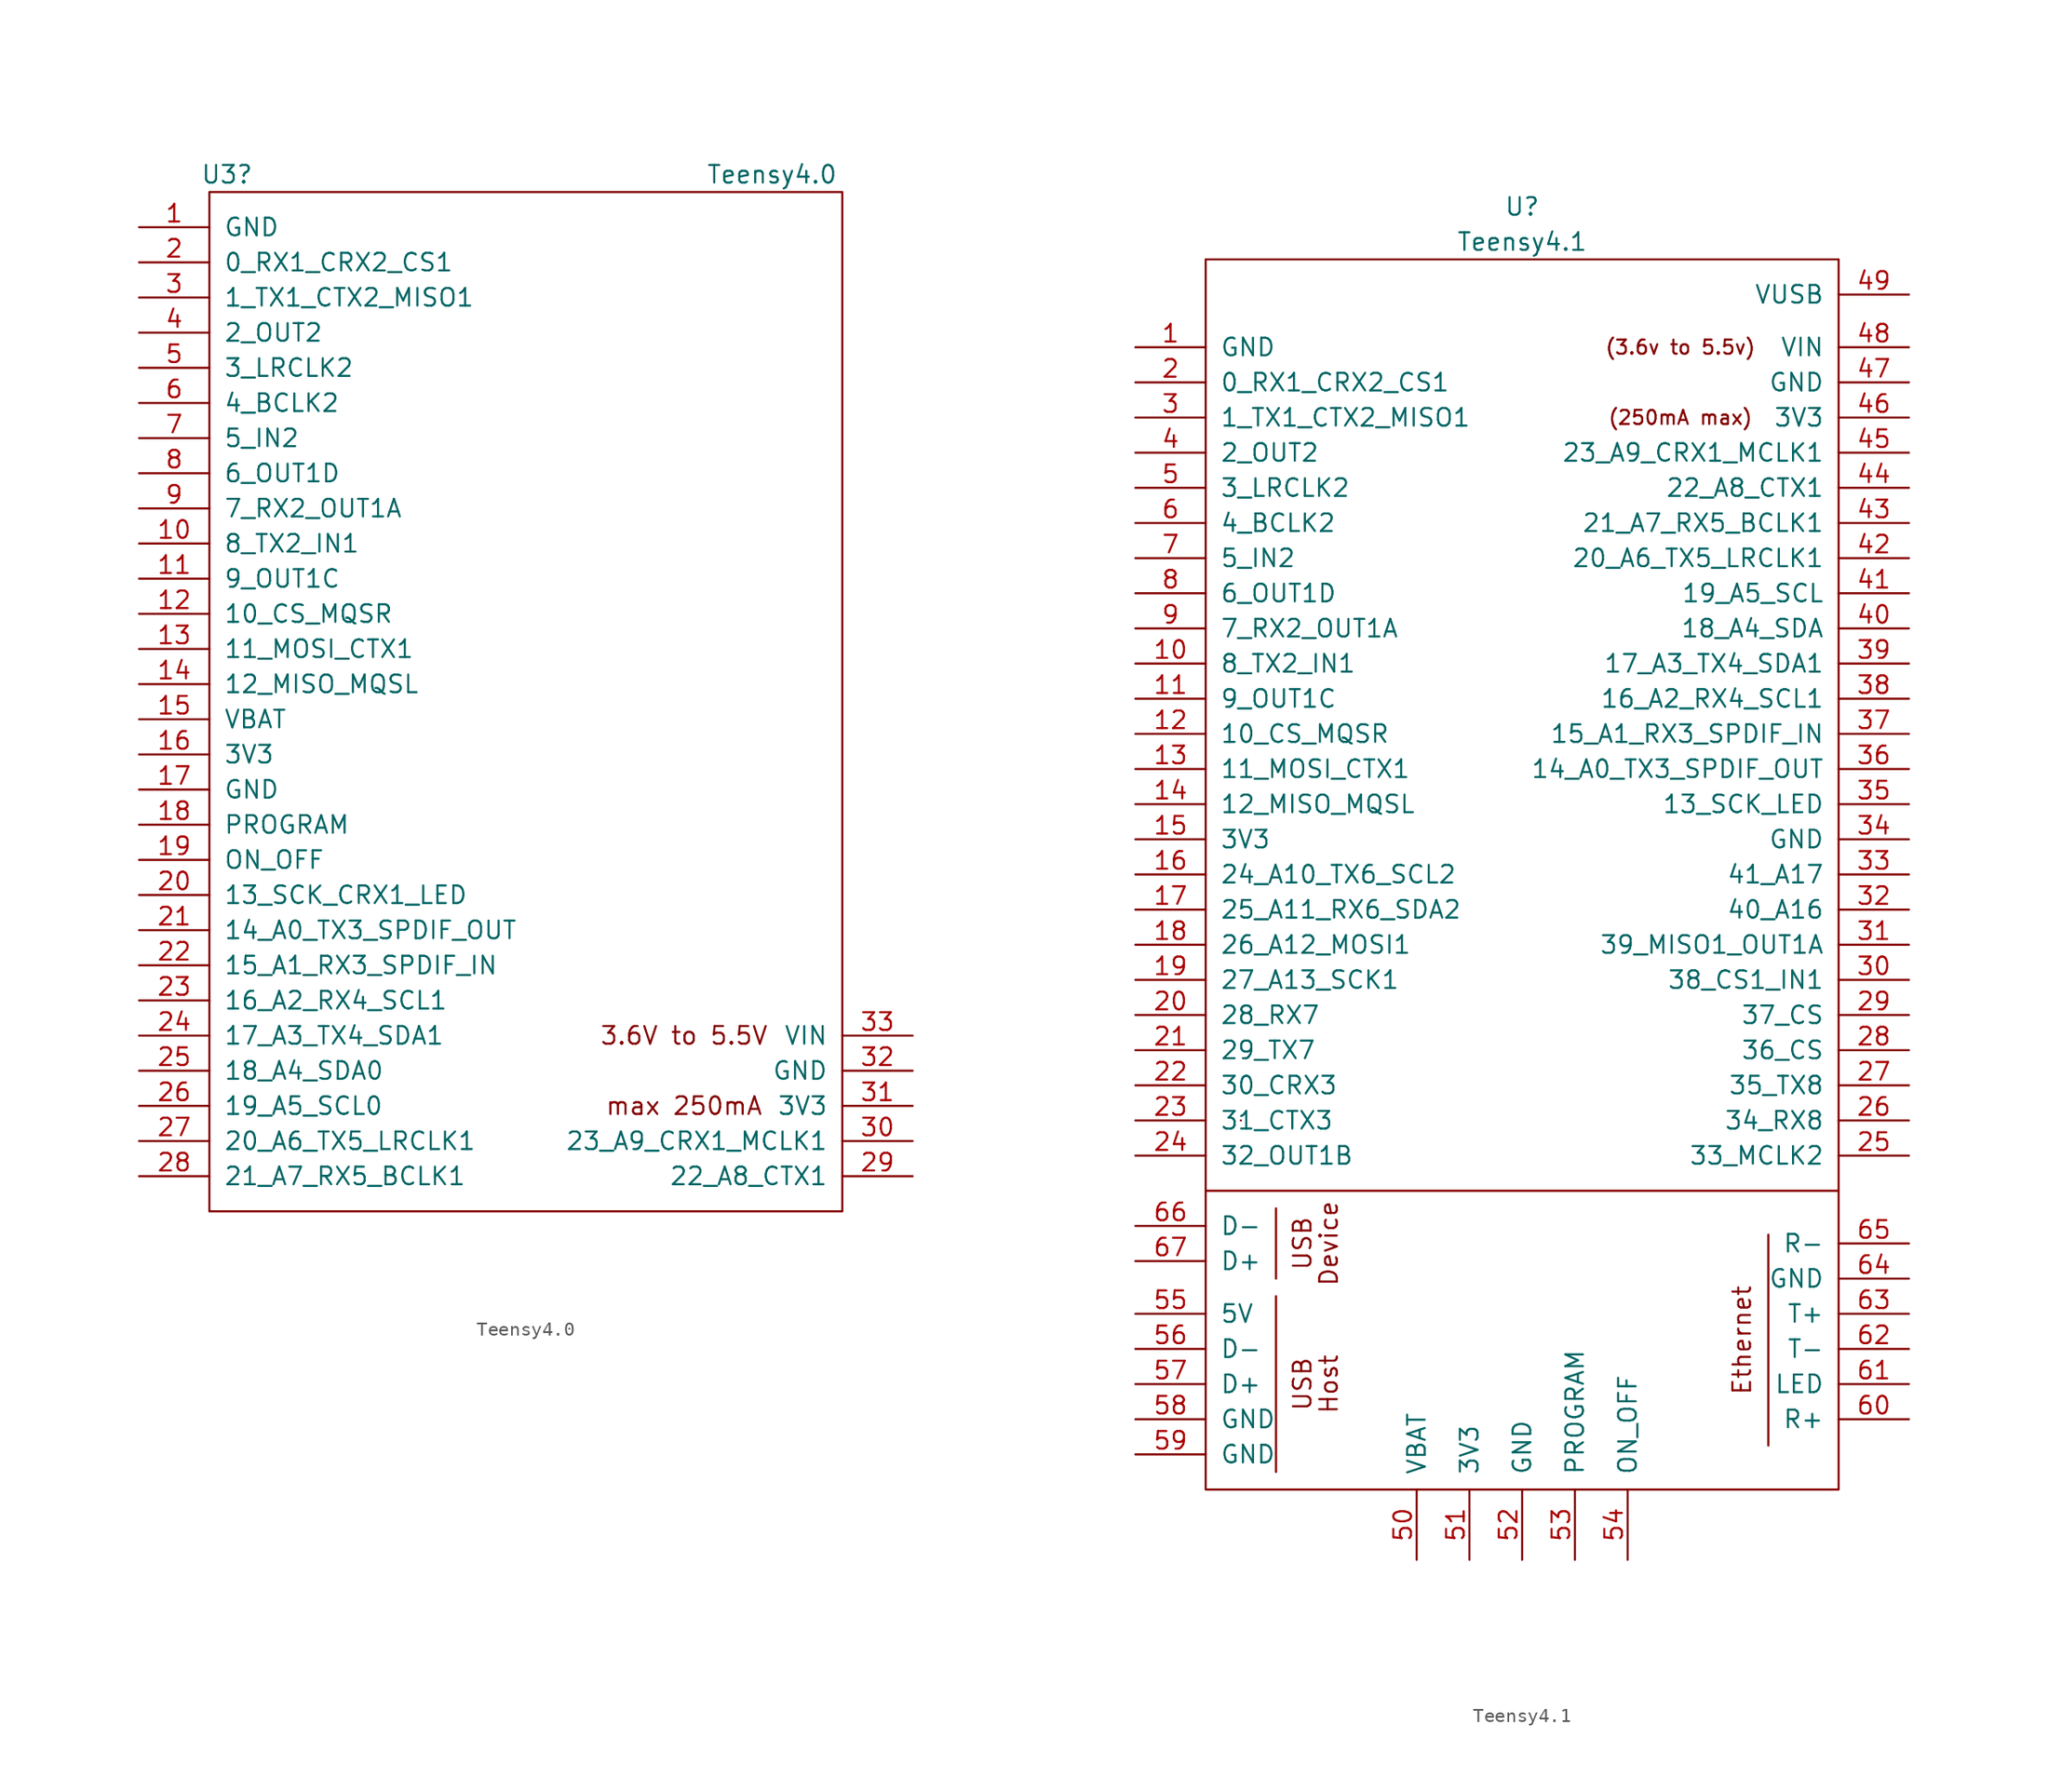
<source format=kicad_sym>
(kicad_symbol_lib
  (version 20211014)
  (generator kicad_symbol_editor)
  (symbol "Teensy4.0"
    (pin_names
      (offset 1.016))
    (property "Reference" "U3"
      (at -21.59 38.1 0)
      (effects (font (size 1.27 1.27))))
    (property "Value" "Teensy4.0"
      (at 17.78 38.1 0)
      (effects (font (size 1.27 1.27))))
    (symbol "Teensy4.0_0_0"
      (text "3.6V to 5.5V" (at 11.43 -24.13 0) (effects (font (size 1.27 1.27))))
      (text "max 250mA" (at 11.43 -29.21 0) (effects (font (size 1.27 1.27))))
      (pin bidirectional line (at -27.94 11.43 0) (length 5.08) (name "8_TX2_IN1" (effects (font (size 1.27 1.27)))) (number "10" (effects (font (size 1.27 1.27)))))
      (pin bidirectional line (at -27.94 8.89 0) (length 5.08) (name "9_OUT1C" (effects (font (size 1.27 1.27)))) (number "11" (effects (font (size 1.27 1.27)))))
      (pin bidirectional line (at -27.94 6.35 0) (length 5.08) (name "10_CS_MQSR" (effects (font (size 1.27 1.27)))) (number "12" (effects (font (size 1.27 1.27)))))
      (pin bidirectional line (at -27.94 3.81 0) (length 5.08) (name "11_MOSI_CTX1" (effects (font (size 1.27 1.27)))) (number "13" (effects (font (size 1.27 1.27)))))
      (pin bidirectional line (at -27.94 1.27 0) (length 5.08) (name "12_MISO_MQSL" (effects (font (size 1.27 1.27)))) (number "14" (effects (font (size 1.27 1.27)))))
      (pin power_in line (at -27.94 -1.27 0) (length 5.08) (name "VBAT" (effects (font (size 1.27 1.27)))) (number "15" (effects (font (size 1.27 1.27)))))
      (pin power_in line (at -27.94 -3.81 0) (length 5.08) (name "3V3" (effects (font (size 1.27 1.27)))) (number "16" (effects (font (size 1.27 1.27)))))
      (pin power_in line (at -27.94 -6.35 0) (length 5.08) (name "GND" (effects (font (size 1.27 1.27)))) (number "17" (effects (font (size 1.27 1.27)))))
      (pin input line (at -27.94 -8.89 0) (length 5.08) (name "PROGRAM" (effects (font (size 1.27 1.27)))) (number "18" (effects (font (size 1.27 1.27)))))
      (pin input line (at -27.94 -11.43 0) (length 5.08) (name "ON_OFF" (effects (font (size 1.27 1.27)))) (number "19" (effects (font (size 1.27 1.27)))))
      (pin bidirectional line (at -27.94 -13.97 0) (length 5.08) (name "13_SCK_CRX1_LED" (effects (font (size 1.27 1.27)))) (number "20" (effects (font (size 1.27 1.27)))))
      (pin bidirectional line (at -27.94 -16.51 0) (length 5.08) (name "14_A0_TX3_SPDIF_OUT" (effects (font (size 1.27 1.27)))) (number "21" (effects (font (size 1.27 1.27)))))
      (pin bidirectional line (at -27.94 -19.05 0) (length 5.08) (name "15_A1_RX3_SPDIF_IN" (effects (font (size 1.27 1.27)))) (number "22" (effects (font (size 1.27 1.27)))))
      (pin bidirectional line (at -27.94 -21.59 0) (length 5.08) (name "16_A2_RX4_SCL1" (effects (font (size 1.27 1.27)))) (number "23" (effects (font (size 1.27 1.27)))))
      (pin bidirectional line (at -27.94 -24.13 0) (length 5.08) (name "17_A3_TX4_SDA1" (effects (font (size 1.27 1.27)))) (number "24" (effects (font (size 1.27 1.27)))))
      (pin bidirectional line (at -27.94 -26.67 0) (length 5.08) (name "18_A4_SDA0" (effects (font (size 1.27 1.27)))) (number "25" (effects (font (size 1.27 1.27)))))
      (pin bidirectional line (at -27.94 -29.21 0) (length 5.08) (name "19_A5_SCL0" (effects (font (size 1.27 1.27)))) (number "26" (effects (font (size 1.27 1.27)))))
      (pin bidirectional line (at -27.94 -31.75 0) (length 5.08) (name "20_A6_TX5_LRCLK1" (effects (font (size 1.27 1.27)))) (number "27" (effects (font (size 1.27 1.27)))))
      (pin bidirectional line (at -27.94 -34.29 0) (length 5.08) (name "21_A7_RX5_BCLK1" (effects (font (size 1.27 1.27)))) (number "28" (effects (font (size 1.27 1.27)))))
      (pin bidirectional line (at 27.94 -34.29 180) (length 5.08) (name "22_A8_CTX1" (effects (font (size 1.27 1.27)))) (number "29" (effects (font (size 1.27 1.27)))))
      (pin bidirectional line (at 27.94 -31.75 180) (length 5.08) (name "23_A9_CRX1_MCLK1" (effects (font (size 1.27 1.27)))) (number "30" (effects (font (size 1.27 1.27)))))
      (pin power_out line (at 27.94 -29.21 180) (length 5.08) (name "3V3" (effects (font (size 1.27 1.27)))) (number "31" (effects (font (size 1.27 1.27)))))
      (pin power_in line (at 27.94 -26.67 180) (length 5.08) (name "GND" (effects (font (size 1.27 1.27)))) (number "32" (effects (font (size 1.27 1.27)))))
      (pin power_in line (at 27.94 -24.13 180) (length 5.08) (name "VIN" (effects (font (size 1.27 1.27)))) (number "33" (effects (font (size 1.27 1.27)))))
      (pin bidirectional line (at -27.94 24.13 0) (length 5.08) (name "3_LRCLK2" (effects (font (size 1.27 1.27)))) (number "5" (effects (font (size 1.27 1.27)))))
      (pin bidirectional line (at -27.94 21.59 0) (length 5.08) (name "4_BCLK2" (effects (font (size 1.27 1.27)))) (number "6" (effects (font (size 1.27 1.27)))))
      (pin bidirectional line (at -27.94 19.05 0) (length 5.08) (name "5_IN2" (effects (font (size 1.27 1.27)))) (number "7" (effects (font (size 1.27 1.27)))))
      (pin bidirectional line (at -27.94 16.51 0) (length 5.08) (name "6_OUT1D" (effects (font (size 1.27 1.27)))) (number "8" (effects (font (size 1.27 1.27)))))
      (pin bidirectional line (at -27.94 13.97 0) (length 5.08) (name "7_RX2_OUT1A" (effects (font (size 1.27 1.27)))) (number "9" (effects (font (size 1.27 1.27))))))
    (symbol "Teensy4.0_0_1"
      (rectangle (start -22.86 36.83) (end 22.86 -36.83) (stroke (width 0) (type default) (color 0 0 0 0)) (fill (type none)))
      (rectangle (start -20.32 -31.75) (end -20.32 -31.75) (stroke (width 0) (type default) (color 0 0 0 0)) (fill (type none))))
    (symbol "Teensy4.0_1_1"
      (pin power_in line (at -27.94 34.29 0) (length 5.08) (name "GND" (effects (font (size 1.27 1.27)))) (number "1" (effects (font (size 1.27 1.27)))))
      (pin bidirectional line (at -27.94 31.75 0) (length 5.08) (name "0_RX1_CRX2_CS1" (effects (font (size 1.27 1.27)))) (number "2" (effects (font (size 1.27 1.27)))))
      (pin bidirectional line (at -27.94 29.21 0) (length 5.08) (name "1_TX1_CTX2_MISO1" (effects (font (size 1.27 1.27)))) (number "3" (effects (font (size 1.27 1.27)))))
      (pin bidirectional line (at -27.94 26.67 0) (length 5.08) (name "2_OUT2" (effects (font (size 1.27 1.27)))) (number "4" (effects (font (size 1.27 1.27)))))))
  (symbol "Teensy4.1"
    (pin_names
      (offset 1.016))
    (property "Reference" "U"
      (at 0 64.77 0)
      (effects (font (size 1.27 1.27))))
    (property "Value" "Teensy4.1"
      (at 0 62.23 0)
      (effects (font (size 1.27 1.27))))
    (symbol "Teensy4.1_0_0"
      (polyline (pts (xy -22.86 -6.35) (xy 22.86 -6.35)) (stroke (width 0) (type default) (color 0 0 0 0)) (fill (type none)))
      (polyline (pts (xy -17.78 -26.67) (xy -17.78 -13.97)) (stroke (width 0) (type default) (color 0 0 0 0)) (fill (type none)))
      (polyline (pts (xy -17.78 -7.62) (xy -17.78 -12.7)) (stroke (width 0) (type default) (color 0 0 0 0)) (fill (type none)))
      (polyline (pts (xy 17.78 -9.525) (xy 17.78 -24.765)) (stroke (width 0) (type default) (color 0 0 0 0)) (fill (type none)))
      (text "(250mA max)" (at 11.43 49.53 0) (effects (font (size 1.016 1.016))))
      (text "(3.6v to 5.5v)" (at 11.43 54.61 0) (effects (font (size 1.016 1.016))))
      (text "Device" (at -13.97 -10.16 900) (effects (font (size 1.27 1.27))))
      (text "Ethernet" (at 15.875 -17.145 900) (effects (font (size 1.27 1.27))))
      (text "Host" (at -13.97 -20.32 900) (effects (font (size 1.27 1.27))))
      (text "USB" (at -15.875 -20.32 900) (effects (font (size 1.27 1.27))))
      (text "USB" (at -15.875 -10.16 900) (effects (font (size 1.27 1.27))))
      (pin bidirectional line (at -27.94 31.75 0) (length 5.08) (name "8_TX2_IN1" (effects (font (size 1.27 1.27)))) (number "10" (effects (font (size 1.27 1.27)))))
      (pin bidirectional line (at -27.94 29.21 0) (length 5.08) (name "9_OUT1C" (effects (font (size 1.27 1.27)))) (number "11" (effects (font (size 1.27 1.27)))))
      (pin bidirectional line (at -27.94 26.67 0) (length 5.08) (name "10_CS_MQSR" (effects (font (size 1.27 1.27)))) (number "12" (effects (font (size 1.27 1.27)))))
      (pin bidirectional line (at -27.94 24.13 0) (length 5.08) (name "11_MOSI_CTX1" (effects (font (size 1.27 1.27)))) (number "13" (effects (font (size 1.27 1.27)))))
      (pin bidirectional line (at -27.94 21.59 0) (length 5.08) (name "12_MISO_MQSL" (effects (font (size 1.27 1.27)))) (number "14" (effects (font (size 1.27 1.27)))))
      (pin power_in line (at -27.94 19.05 0) (length 5.08) (name "3V3" (effects (font (size 1.27 1.27)))) (number "15" (effects (font (size 1.27 1.27)))))
      (pin bidirectional line (at -27.94 16.51 0) (length 5.08) (name "24_A10_TX6_SCL2" (effects (font (size 1.27 1.27)))) (number "16" (effects (font (size 1.27 1.27)))))
      (pin bidirectional line (at -27.94 13.97 0) (length 5.08) (name "25_A11_RX6_SDA2" (effects (font (size 1.27 1.27)))) (number "17" (effects (font (size 1.27 1.27)))))
      (pin bidirectional line (at -27.94 11.43 0) (length 5.08) (name "26_A12_MOSI1" (effects (font (size 1.27 1.27)))) (number "18" (effects (font (size 1.27 1.27)))))
      (pin bidirectional line (at -27.94 8.89 0) (length 5.08) (name "27_A13_SCK1" (effects (font (size 1.27 1.27)))) (number "19" (effects (font (size 1.27 1.27)))))
      (pin bidirectional line (at -27.94 6.35 0) (length 5.08) (name "28_RX7" (effects (font (size 1.27 1.27)))) (number "20" (effects (font (size 1.27 1.27)))))
      (pin bidirectional line (at -27.94 3.81 0) (length 5.08) (name "29_TX7" (effects (font (size 1.27 1.27)))) (number "21" (effects (font (size 1.27 1.27)))))
      (pin bidirectional line (at -27.94 1.27 0) (length 5.08) (name "30_CRX3" (effects (font (size 1.27 1.27)))) (number "22" (effects (font (size 1.27 1.27)))))
      (pin bidirectional line (at -27.94 -1.27 0) (length 5.08) (name "31_CTX3" (effects (font (size 1.27 1.27)))) (number "23" (effects (font (size 1.27 1.27)))))
      (pin bidirectional line (at -27.94 -3.81 0) (length 5.08) (name "32_OUT1B" (effects (font (size 1.27 1.27)))) (number "24" (effects (font (size 1.27 1.27)))))
      (pin bidirectional line (at 27.94 -3.81 180) (length 5.08) (name "33_MCLK2" (effects (font (size 1.27 1.27)))) (number "25" (effects (font (size 1.27 1.27)))))
      (pin bidirectional line (at 27.94 -1.27 180) (length 5.08) (name "34_RX8" (effects (font (size 1.27 1.27)))) (number "26" (effects (font (size 1.27 1.27)))))
      (pin bidirectional line (at 27.94 1.27 180) (length 5.08) (name "35_TX8" (effects (font (size 1.27 1.27)))) (number "27" (effects (font (size 1.27 1.27)))))
      (pin bidirectional line (at 27.94 3.81 180) (length 5.08) (name "36_CS" (effects (font (size 1.27 1.27)))) (number "28" (effects (font (size 1.27 1.27)))))
      (pin bidirectional line (at 27.94 6.35 180) (length 5.08) (name "37_CS" (effects (font (size 1.27 1.27)))) (number "29" (effects (font (size 1.27 1.27)))))
      (pin bidirectional line (at 27.94 8.89 180) (length 5.08) (name "38_CS1_IN1" (effects (font (size 1.27 1.27)))) (number "30" (effects (font (size 1.27 1.27)))))
      (pin bidirectional line (at 27.94 11.43 180) (length 5.08) (name "39_MISO1_OUT1A" (effects (font (size 1.27 1.27)))) (number "31" (effects (font (size 1.27 1.27)))))
      (pin bidirectional line (at 27.94 13.97 180) (length 5.08) (name "40_A16" (effects (font (size 1.27 1.27)))) (number "32" (effects (font (size 1.27 1.27)))))
      (pin bidirectional line (at 27.94 16.51 180) (length 5.08) (name "41_A17" (effects (font (size 1.27 1.27)))) (number "33" (effects (font (size 1.27 1.27)))))
      (pin bidirectional line (at 27.94 21.59 180) (length 5.08) (name "13_SCK_LED" (effects (font (size 1.27 1.27)))) (number "35" (effects (font (size 1.27 1.27)))))
      (pin bidirectional line (at 27.94 24.13 180) (length 5.08) (name "14_A0_TX3_SPDIF_OUT" (effects (font (size 1.27 1.27)))) (number "36" (effects (font (size 1.27 1.27)))))
      (pin bidirectional line (at 27.94 26.67 180) (length 5.08) (name "15_A1_RX3_SPDIF_IN" (effects (font (size 1.27 1.27)))) (number "37" (effects (font (size 1.27 1.27)))))
      (pin bidirectional line (at 27.94 29.21 180) (length 5.08) (name "16_A2_RX4_SCL1" (effects (font (size 1.27 1.27)))) (number "38" (effects (font (size 1.27 1.27)))))
      (pin bidirectional line (at 27.94 31.75 180) (length 5.08) (name "17_A3_TX4_SDA1" (effects (font (size 1.27 1.27)))) (number "39" (effects (font (size 1.27 1.27)))))
      (pin bidirectional line (at 27.94 34.29 180) (length 5.08) (name "18_A4_SDA" (effects (font (size 1.27 1.27)))) (number "40" (effects (font (size 1.27 1.27)))))
      (pin bidirectional line (at 27.94 36.83 180) (length 5.08) (name "19_A5_SCL" (effects (font (size 1.27 1.27)))) (number "41" (effects (font (size 1.27 1.27)))))
      (pin bidirectional line (at 27.94 39.37 180) (length 5.08) (name "20_A6_TX5_LRCLK1" (effects (font (size 1.27 1.27)))) (number "42" (effects (font (size 1.27 1.27)))))
      (pin bidirectional line (at 27.94 41.91 180) (length 5.08) (name "21_A7_RX5_BCLK1" (effects (font (size 1.27 1.27)))) (number "43" (effects (font (size 1.27 1.27)))))
      (pin bidirectional line (at 27.94 44.45 180) (length 5.08) (name "22_A8_CTX1" (effects (font (size 1.27 1.27)))) (number "44" (effects (font (size 1.27 1.27)))))
      (pin bidirectional line (at 27.94 46.99 180) (length 5.08) (name "23_A9_CRX1_MCLK1" (effects (font (size 1.27 1.27)))) (number "45" (effects (font (size 1.27 1.27)))))
      (pin power_in line (at 27.94 49.53 180) (length 5.08) (name "3V3" (effects (font (size 1.27 1.27)))) (number "46" (effects (font (size 1.27 1.27)))))
      (pin power_in line (at 27.94 52.07 180) (length 5.08) (name "GND" (effects (font (size 1.27 1.27)))) (number "47" (effects (font (size 1.27 1.27)))))
      (pin power_in line (at 27.94 54.61 180) (length 5.08) (name "VIN" (effects (font (size 1.27 1.27)))) (number "48" (effects (font (size 1.27 1.27)))))
      (pin power_out line (at 27.94 58.42 180) (length 5.08) (name "VUSB" (effects (font (size 1.27 1.27)))) (number "49" (effects (font (size 1.27 1.27)))))
      (pin bidirectional line (at -27.94 44.45 0) (length 5.08) (name "3_LRCLK2" (effects (font (size 1.27 1.27)))) (number "5" (effects (font (size 1.27 1.27)))))
      (pin power_in line (at -7.62 -33.02 90) (length 5.08) (name "VBAT" (effects (font (size 1.27 1.27)))) (number "50" (effects (font (size 1.27 1.27)))))
      (pin power_in line (at -3.81 -33.02 90) (length 5.08) (name "3V3" (effects (font (size 1.27 1.27)))) (number "51" (effects (font (size 1.27 1.27)))))
      (pin power_out line (at 0 -33.02 90) (length 5.08) (name "GND" (effects (font (size 1.27 1.27)))) (number "52" (effects (font (size 1.27 1.27)))))
      (pin input line (at 3.81 -33.02 90) (length 5.08) (name "PROGRAM" (effects (font (size 1.27 1.27)))) (number "53" (effects (font (size 1.27 1.27)))))
      (pin input line (at 7.62 -33.02 90) (length 5.08) (name "ON_OFF" (effects (font (size 1.27 1.27)))) (number "54" (effects (font (size 1.27 1.27)))))
      (pin power_out line (at -27.94 -15.24 0) (length 5.08) (name "5V" (effects (font (size 1.27 1.27)))) (number "55" (effects (font (size 1.27 1.27)))))
      (pin bidirectional line (at -27.94 -17.78 0) (length 5.08) (name "D-" (effects (font (size 1.27 1.27)))) (number "56" (effects (font (size 1.27 1.27)))))
      (pin bidirectional line (at -27.94 -20.32 0) (length 5.08) (name "D+" (effects (font (size 1.27 1.27)))) (number "57" (effects (font (size 1.27 1.27)))))
      (pin power_in line (at -27.94 -22.86 0) (length 5.08) (name "GND" (effects (font (size 1.27 1.27)))) (number "58" (effects (font (size 1.27 1.27)))))
      (pin power_in line (at -27.94 -25.4 0) (length 5.08) (name "GND" (effects (font (size 1.27 1.27)))) (number "59" (effects (font (size 1.27 1.27)))))
      (pin bidirectional line (at -27.94 41.91 0) (length 5.08) (name "4_BCLK2" (effects (font (size 1.27 1.27)))) (number "6" (effects (font (size 1.27 1.27)))))
      (pin bidirectional line (at 27.94 -22.86 180) (length 5.08) (name "R+" (effects (font (size 1.27 1.27)))) (number "60" (effects (font (size 1.27 1.27)))))
      (pin bidirectional line (at 27.94 -20.32 180) (length 5.08) (name "LED" (effects (font (size 1.27 1.27)))) (number "61" (effects (font (size 1.27 1.27)))))
      (pin bidirectional line (at 27.94 -17.78 180) (length 5.08) (name "T-" (effects (font (size 1.27 1.27)))) (number "62" (effects (font (size 1.27 1.27)))))
      (pin bidirectional line (at 27.94 -15.24 180) (length 5.08) (name "T+" (effects (font (size 1.27 1.27)))) (number "63" (effects (font (size 1.27 1.27)))))
      (pin power_in line (at 27.94 -12.7 180) (length 5.08) (name "GND" (effects (font (size 1.27 1.27)))) (number "64" (effects (font (size 1.27 1.27)))))
      (pin bidirectional line (at 27.94 -10.16 180) (length 5.08) (name "R-" (effects (font (size 1.27 1.27)))) (number "65" (effects (font (size 1.27 1.27)))))
      (pin bidirectional line (at -27.94 -8.89 0) (length 5.08) (name "D-" (effects (font (size 1.27 1.27)))) (number "66" (effects (font (size 1.27 1.27)))))
      (pin bidirectional line (at -27.94 -11.43 0) (length 5.08) (name "D+" (effects (font (size 1.27 1.27)))) (number "67" (effects (font (size 1.27 1.27)))))
      (pin bidirectional line (at -27.94 39.37 0) (length 5.08) (name "5_IN2" (effects (font (size 1.27 1.27)))) (number "7" (effects (font (size 1.27 1.27)))))
      (pin bidirectional line (at -27.94 36.83 0) (length 5.08) (name "6_OUT1D" (effects (font (size 1.27 1.27)))) (number "8" (effects (font (size 1.27 1.27)))))
      (pin bidirectional line (at -27.94 34.29 0) (length 5.08) (name "7_RX2_OUT1A" (effects (font (size 1.27 1.27)))) (number "9" (effects (font (size 1.27 1.27))))))
    (symbol "Teensy4.1_0_1"
      (rectangle (start -22.86 60.96) (end 22.86 -27.94) (stroke (width 0) (type default) (color 0 0 0 0)) (fill (type none)))
      (rectangle (start -20.32 -1.27) (end -20.32 -1.27) (stroke (width 0) (type default) (color 0 0 0 0)) (fill (type none))))
    (symbol "Teensy4.1_1_1"
      (pin power_in line (at -27.94 54.61 0) (length 5.08) (name "GND" (effects (font (size 1.27 1.27)))) (number "1" (effects (font (size 1.27 1.27)))))
      (pin bidirectional line (at -27.94 52.07 0) (length 5.08) (name "0_RX1_CRX2_CS1" (effects (font (size 1.27 1.27)))) (number "2" (effects (font (size 1.27 1.27)))))
      (pin bidirectional line (at -27.94 49.53 0) (length 5.08) (name "1_TX1_CTX2_MISO1" (effects (font (size 1.27 1.27)))) (number "3" (effects (font (size 1.27 1.27)))))
      (pin power_in line (at 27.94 19.05 180) (length 5.08) (name "GND" (effects (font (size 1.27 1.27)))) (number "34" (effects (font (size 1.27 1.27)))))
      (pin bidirectional line (at -27.94 46.99 0) (length 5.08) (name "2_OUT2" (effects (font (size 1.27 1.27)))) (number "4" (effects (font (size 1.27 1.27))))))))
</source>
